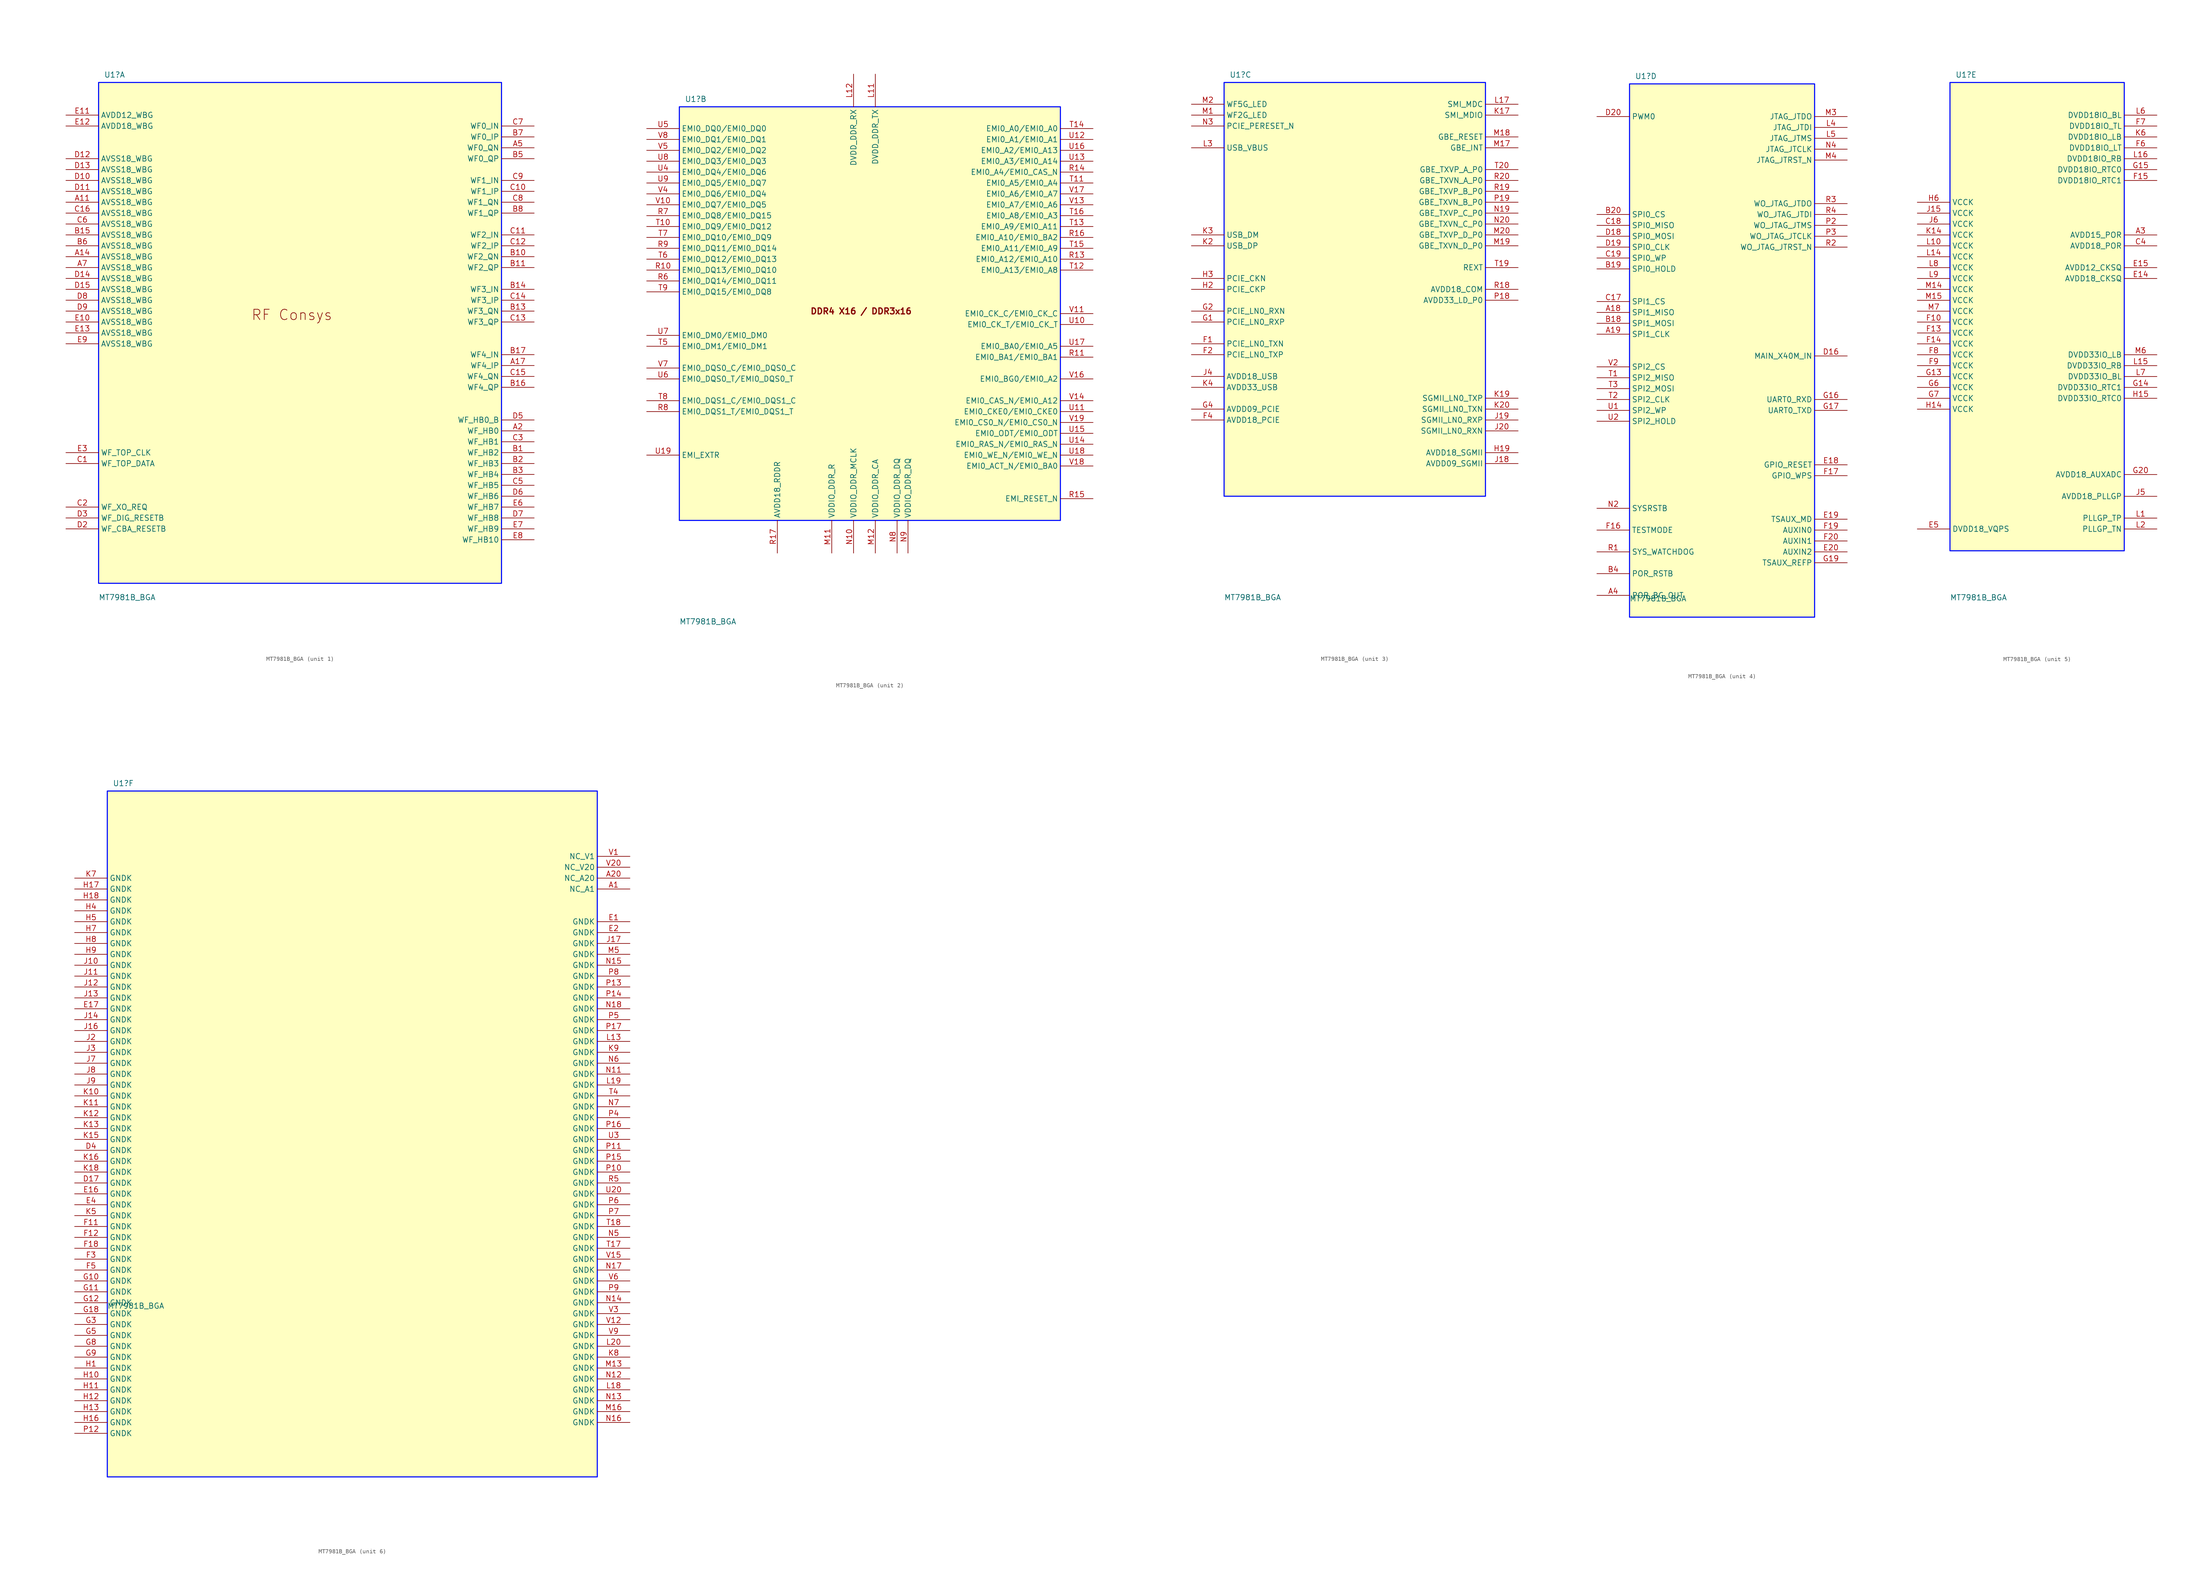
<source format=kicad_sym>
(kicad_symbol_lib
  (version 20241209)
  (generator "kicad_symbol_editor")
  (generator_version "9.0")
  (symbol "MT7981B_BGA"
    (property "Reference" "U1"
      (at 1.27 2.54 0)
      (effects (font (size 1.27 1.27)) (justify left top)))
    (property "Value" "MT7981B_BGA"
      (at 0 -119.38 0)
      (effects (font (size 1.27 1.27)) (justify left top)))
    (symbol "MT7981B_BGA_1_0"
      (rectangle (start 93.98 0) (end 0 -116.84) (stroke (width 0.254) (type solid) (color 0 11 255 1)) (fill (type background)))
      (text "RF Consys" (at 35.56 -55.626 0) (effects (font (size 2.413 2.413)) (justify left bottom)))
      (pin power_in line (at -7.62 -7.62 0) (length 7.62) (name "AVDD12_WBG" (effects (font (size 1.27 1.27)))) (number "E11" (effects (font (size 1.27 1.27)))))
      (pin power_in line (at -7.62 -10.16 0) (length 7.62) (name "AVDD18_WBG" (effects (font (size 1.27 1.27)))) (number "E12" (effects (font (size 1.27 1.27)))))
      (pin power_in line (at -7.62 -17.78 0) (length 7.62) (name "AVSS18_WBG" (effects (font (size 1.27 1.27)))) (number "D12" (effects (font (size 1.27 1.27)))))
      (pin power_in line (at -7.62 -20.32 0) (length 7.62) (name "AVSS18_WBG" (effects (font (size 1.27 1.27)))) (number "D13" (effects (font (size 1.27 1.27)))))
      (pin power_in line (at -7.62 -22.86 0) (length 7.62) (name "AVSS18_WBG" (effects (font (size 1.27 1.27)))) (number "D10" (effects (font (size 1.27 1.27)))))
      (pin power_in line (at -7.62 -25.4 0) (length 7.62) (name "AVSS18_WBG" (effects (font (size 1.27 1.27)))) (number "D11" (effects (font (size 1.27 1.27)))))
      (pin power_in line (at -7.62 -27.94 0) (length 7.62) (name "AVSS18_WBG" (effects (font (size 1.27 1.27)))) (number "A11" (effects (font (size 1.27 1.27)))))
      (pin power_in line (at -7.62 -30.48 0) (length 7.62) (name "AVSS18_WBG" (effects (font (size 1.27 1.27)))) (number "C16" (effects (font (size 1.27 1.27)))))
      (pin power_in line (at -7.62 -33.02 0) (length 7.62) (name "AVSS18_WBG" (effects (font (size 1.27 1.27)))) (number "C6" (effects (font (size 1.27 1.27)))))
      (pin power_in line (at -7.62 -35.56 0) (length 7.62) (name "AVSS18_WBG" (effects (font (size 1.27 1.27)))) (number "B15" (effects (font (size 1.27 1.27)))))
      (pin power_in line (at -7.62 -38.1 0) (length 7.62) (name "AVSS18_WBG" (effects (font (size 1.27 1.27)))) (number "B6" (effects (font (size 1.27 1.27)))))
      (pin power_in line (at -7.62 -40.64 0) (length 7.62) (name "AVSS18_WBG" (effects (font (size 1.27 1.27)))) (number "A14" (effects (font (size 1.27 1.27)))))
      (pin power_in line (at -7.62 -43.18 0) (length 7.62) (name "AVSS18_WBG" (effects (font (size 1.27 1.27)))) (number "A7" (effects (font (size 1.27 1.27)))))
      (pin power_in line (at -7.62 -45.72 0) (length 7.62) (name "AVSS18_WBG" (effects (font (size 1.27 1.27)))) (number "D14" (effects (font (size 1.27 1.27)))))
      (pin power_in line (at -7.62 -48.26 0) (length 7.62) (name "AVSS18_WBG" (effects (font (size 1.27 1.27)))) (number "D15" (effects (font (size 1.27 1.27)))))
      (pin power_in line (at -7.62 -50.8 0) (length 7.62) (name "AVSS18_WBG" (effects (font (size 1.27 1.27)))) (number "D8" (effects (font (size 1.27 1.27)))))
      (pin power_in line (at -7.62 -53.34 0) (length 7.62) (name "AVSS18_WBG" (effects (font (size 1.27 1.27)))) (number "D9" (effects (font (size 1.27 1.27)))))
      (pin power_in line (at -7.62 -55.88 0) (length 7.62) (name "AVSS18_WBG" (effects (font (size 1.27 1.27)))) (number "E10" (effects (font (size 1.27 1.27)))))
      (pin power_in line (at -7.62 -58.42 0) (length 7.62) (name "AVSS18_WBG" (effects (font (size 1.27 1.27)))) (number "E13" (effects (font (size 1.27 1.27)))))
      (pin power_in line (at -7.62 -60.96 0) (length 7.62) (name "AVSS18_WBG" (effects (font (size 1.27 1.27)))) (number "E9" (effects (font (size 1.27 1.27)))))
      (pin passive line (at -7.62 -86.36 0) (length 7.62) (name "WF_TOP_CLK" (effects (font (size 1.27 1.27)))) (number "E3" (effects (font (size 1.27 1.27)))))
      (pin passive line (at -7.62 -88.9 0) (length 7.62) (name "WF_TOP_DATA" (effects (font (size 1.27 1.27)))) (number "C1" (effects (font (size 1.27 1.27)))))
      (pin passive line (at -7.62 -99.06 0) (length 7.62) (name "WF_XO_REQ" (effects (font (size 1.27 1.27)))) (number "C2" (effects (font (size 1.27 1.27)))))
      (pin passive line (at -7.62 -101.6 0) (length 7.62) (name "WF_DIG_RESETB" (effects (font (size 1.27 1.27)))) (number "D3" (effects (font (size 1.27 1.27)))))
      (pin passive line (at -7.62 -104.14 0) (length 7.62) (name "WF_CBA_RESETB" (effects (font (size 1.27 1.27)))) (number "D2" (effects (font (size 1.27 1.27)))))
      (pin passive line (at 101.6 -10.16 180) (length 7.62) (name "WF0_IN" (effects (font (size 1.27 1.27)))) (number "C7" (effects (font (size 1.27 1.27)))))
      (pin passive line (at 101.6 -12.7 180) (length 7.62) (name "WF0_IP" (effects (font (size 1.27 1.27)))) (number "B7" (effects (font (size 1.27 1.27)))))
      (pin passive line (at 101.6 -15.24 180) (length 7.62) (name "WF0_QN" (effects (font (size 1.27 1.27)))) (number "A5" (effects (font (size 1.27 1.27)))))
      (pin passive line (at 101.6 -17.78 180) (length 7.62) (name "WF0_QP" (effects (font (size 1.27 1.27)))) (number "B5" (effects (font (size 1.27 1.27)))))
      (pin passive line (at 101.6 -22.86 180) (length 7.62) (name "WF1_IN" (effects (font (size 1.27 1.27)))) (number "C9" (effects (font (size 1.27 1.27)))))
      (pin passive line (at 101.6 -25.4 180) (length 7.62) (name "WF1_IP" (effects (font (size 1.27 1.27)))) (number "C10" (effects (font (size 1.27 1.27)))))
      (pin passive line (at 101.6 -27.94 180) (length 7.62) (name "WF1_QN" (effects (font (size 1.27 1.27)))) (number "C8" (effects (font (size 1.27 1.27)))))
      (pin passive line (at 101.6 -30.48 180) (length 7.62) (name "WF1_QP" (effects (font (size 1.27 1.27)))) (number "B8" (effects (font (size 1.27 1.27)))))
      (pin passive line (at 101.6 -35.56 180) (length 7.62) (name "WF2_IN" (effects (font (size 1.27 1.27)))) (number "C11" (effects (font (size 1.27 1.27)))))
      (pin passive line (at 101.6 -38.1 180) (length 7.62) (name "WF2_IP" (effects (font (size 1.27 1.27)))) (number "C12" (effects (font (size 1.27 1.27)))))
      (pin passive line (at 101.6 -40.64 180) (length 7.62) (name "WF2_QN" (effects (font (size 1.27 1.27)))) (number "B10" (effects (font (size 1.27 1.27)))))
      (pin passive line (at 101.6 -43.18 180) (length 7.62) (name "WF2_QP" (effects (font (size 1.27 1.27)))) (number "B11" (effects (font (size 1.27 1.27)))))
      (pin passive line (at 101.6 -48.26 180) (length 7.62) (name "WF3_IN" (effects (font (size 1.27 1.27)))) (number "B14" (effects (font (size 1.27 1.27)))))
      (pin passive line (at 101.6 -50.8 180) (length 7.62) (name "WF3_IP" (effects (font (size 1.27 1.27)))) (number "C14" (effects (font (size 1.27 1.27)))))
      (pin passive line (at 101.6 -53.34 180) (length 7.62) (name "WF3_QN" (effects (font (size 1.27 1.27)))) (number "B13" (effects (font (size 1.27 1.27)))))
      (pin passive line (at 101.6 -55.88 180) (length 7.62) (name "WF3_QP" (effects (font (size 1.27 1.27)))) (number "C13" (effects (font (size 1.27 1.27)))))
      (pin passive line (at 101.6 -63.5 180) (length 7.62) (name "WF4_IN" (effects (font (size 1.27 1.27)))) (number "B17" (effects (font (size 1.27 1.27)))))
      (pin passive line (at 101.6 -66.04 180) (length 7.62) (name "WF4_IP" (effects (font (size 1.27 1.27)))) (number "A17" (effects (font (size 1.27 1.27)))))
      (pin passive line (at 101.6 -68.58 180) (length 7.62) (name "WF4_QN" (effects (font (size 1.27 1.27)))) (number "C15" (effects (font (size 1.27 1.27)))))
      (pin passive line (at 101.6 -71.12 180) (length 7.62) (name "WF4_QP" (effects (font (size 1.27 1.27)))) (number "B16" (effects (font (size 1.27 1.27)))))
      (pin passive line (at 101.6 -78.74 180) (length 7.62) (name "WF_HB0_B" (effects (font (size 1.27 1.27)))) (number "D5" (effects (font (size 1.27 1.27)))))
      (pin passive line (at 101.6 -81.28 180) (length 7.62) (name "WF_HB0" (effects (font (size 1.27 1.27)))) (number "A2" (effects (font (size 1.27 1.27)))))
      (pin passive line (at 101.6 -83.82 180) (length 7.62) (name "WF_HB1" (effects (font (size 1.27 1.27)))) (number "C3" (effects (font (size 1.27 1.27)))))
      (pin power_in line (at 101.6 -86.36 180) (length 7.62) (name "WF_HB2" (effects (font (size 1.27 1.27)))) (number "B1" (effects (font (size 1.27 1.27)))))
      (pin power_in line (at 101.6 -88.9 180) (length 7.62) (name "WF_HB3" (effects (font (size 1.27 1.27)))) (number "B2" (effects (font (size 1.27 1.27)))))
      (pin passive line (at 101.6 -91.44 180) (length 7.62) (name "WF_HB4" (effects (font (size 1.27 1.27)))) (number "B3" (effects (font (size 1.27 1.27)))))
      (pin passive line (at 101.6 -93.98 180) (length 7.62) (name "WF_HB5" (effects (font (size 1.27 1.27)))) (number "C5" (effects (font (size 1.27 1.27)))))
      (pin passive line (at 101.6 -96.52 180) (length 7.62) (name "WF_HB6" (effects (font (size 1.27 1.27)))) (number "D6" (effects (font (size 1.27 1.27)))))
      (pin passive line (at 101.6 -99.06 180) (length 7.62) (name "WF_HB7" (effects (font (size 1.27 1.27)))) (number "E6" (effects (font (size 1.27 1.27)))))
      (pin passive line (at 101.6 -101.6 180) (length 7.62) (name "WF_HB8" (effects (font (size 1.27 1.27)))) (number "D7" (effects (font (size 1.27 1.27)))))
      (pin passive line (at 101.6 -104.14 180) (length 7.62) (name "WF_HB9" (effects (font (size 1.27 1.27)))) (number "E7" (effects (font (size 1.27 1.27)))))
      (pin passive line (at 101.6 -106.68 180) (length 7.62) (name "WF_HB10" (effects (font (size 1.27 1.27)))) (number "E8" (effects (font (size 1.27 1.27))))))
    (symbol "MT7981B_BGA_2_0"
      (rectangle (start 88.9 0) (end 0 -96.52) (stroke (width 0.254) (type solid) (color 0 11 255 1)) (fill (type background)))
      (text "DDR4 X16 / DDR3x16" (at 30.48 -48.514 0) (effects (font (size 1.397 1.397) (bold yes)) (justify left bottom)))
      (pin passive line (at -7.62 -5.08 0) (length 7.62) (name "EMI0_DQ0/EMI0_DQ0" (effects (font (size 1.27 1.27)))) (number "U5" (effects (font (size 1.27 1.27)))))
      (pin passive line (at -7.62 -7.62 0) (length 7.62) (name "EMI0_DQ1/EMI0_DQ1" (effects (font (size 1.27 1.27)))) (number "V8" (effects (font (size 1.27 1.27)))))
      (pin passive line (at -7.62 -10.16 0) (length 7.62) (name "EMI0_DQ2/EMI0_DQ2" (effects (font (size 1.27 1.27)))) (number "V5" (effects (font (size 1.27 1.27)))))
      (pin passive line (at -7.62 -12.7 0) (length 7.62) (name "EMI0_DQ3/EMI0_DQ3" (effects (font (size 1.27 1.27)))) (number "U8" (effects (font (size 1.27 1.27)))))
      (pin passive line (at -7.62 -15.24 0) (length 7.62) (name "EMI0_DQ4/EMI0_DQ6" (effects (font (size 1.27 1.27)))) (number "U4" (effects (font (size 1.27 1.27)))))
      (pin passive line (at -7.62 -17.78 0) (length 7.62) (name "EMI0_DQ5/EMI0_DQ7" (effects (font (size 1.27 1.27)))) (number "U9" (effects (font (size 1.27 1.27)))))
      (pin passive line (at -7.62 -20.32 0) (length 7.62) (name "EMI0_DQ6/EMI0_DQ4" (effects (font (size 1.27 1.27)))) (number "V4" (effects (font (size 1.27 1.27)))))
      (pin passive line (at -7.62 -22.86 0) (length 7.62) (name "EMI0_DQ7/EMI0_DQ5" (effects (font (size 1.27 1.27)))) (number "V10" (effects (font (size 1.27 1.27)))))
      (pin passive line (at -7.62 -25.4 0) (length 7.62) (name "EMI0_DQ8/EMI0_DQ15" (effects (font (size 1.27 1.27)))) (number "R7" (effects (font (size 1.27 1.27)))))
      (pin passive line (at -7.62 -27.94 0) (length 7.62) (name "EMI0_DQ9/EMI0_DQ12" (effects (font (size 1.27 1.27)))) (number "T10" (effects (font (size 1.27 1.27)))))
      (pin passive line (at -7.62 -30.48 0) (length 7.62) (name "EMI0_DQ10/EMI0_DQ9" (effects (font (size 1.27 1.27)))) (number "T7" (effects (font (size 1.27 1.27)))))
      (pin passive line (at -7.62 -33.02 0) (length 7.62) (name "EMI0_DQ11/EMI0_DQ14" (effects (font (size 1.27 1.27)))) (number "R9" (effects (font (size 1.27 1.27)))))
      (pin passive line (at -7.62 -35.56 0) (length 7.62) (name "EMI0_DQ12/EMI0_DQ13" (effects (font (size 1.27 1.27)))) (number "T6" (effects (font (size 1.27 1.27)))))
      (pin passive line (at -7.62 -38.1 0) (length 7.62) (name "EMI0_DQ13/EMI0_DQ10" (effects (font (size 1.27 1.27)))) (number "R10" (effects (font (size 1.27 1.27)))))
      (pin passive line (at -7.62 -40.64 0) (length 7.62) (name "EMI0_DQ14/EMI0_DQ11" (effects (font (size 1.27 1.27)))) (number "R6" (effects (font (size 1.27 1.27)))))
      (pin passive line (at -7.62 -43.18 0) (length 7.62) (name "EMI0_DQ15/EMI0_DQ8" (effects (font (size 1.27 1.27)))) (number "T9" (effects (font (size 1.27 1.27)))))
      (pin passive line (at -7.62 -53.34 0) (length 7.62) (name "EMI0_DM0/EMI0_DM0" (effects (font (size 1.27 1.27)))) (number "U7" (effects (font (size 1.27 1.27)))))
      (pin passive line (at -7.62 -55.88 0) (length 7.62) (name "EMI0_DM1/EMI0_DM1" (effects (font (size 1.27 1.27)))) (number "T5" (effects (font (size 1.27 1.27)))))
      (pin passive line (at -7.62 -60.96 0) (length 7.62) (name "EMI0_DQS0_C/EMI0_DQS0_C" (effects (font (size 1.27 1.27)))) (number "V7" (effects (font (size 1.27 1.27)))))
      (pin passive line (at -7.62 -63.5 0) (length 7.62) (name "EMI0_DQS0_T/EMI0_DQS0_T" (effects (font (size 1.27 1.27)))) (number "U6" (effects (font (size 1.27 1.27)))))
      (pin passive line (at -7.62 -68.58 0) (length 7.62) (name "EMI0_DQS1_C/EMI0_DQS1_C" (effects (font (size 1.27 1.27)))) (number "T8" (effects (font (size 1.27 1.27)))))
      (pin passive line (at -7.62 -71.12 0) (length 7.62) (name "EMI0_DQS1_T/EMI0_DQS1_T" (effects (font (size 1.27 1.27)))) (number "R8" (effects (font (size 1.27 1.27)))))
      (pin passive line (at -7.62 -81.28 0) (length 7.62) (name "EMI_EXTR" (effects (font (size 1.27 1.27)))) (number "U19" (effects (font (size 1.27 1.27)))))
      (pin power_in line (at 22.86 -104.14 90) (length 7.62) (name "AVDD18_RDDR" (effects (font (size 1.27 1.27)))) (number "R17" (effects (font (size 1.27 1.27)))))
      (pin power_in line (at 35.56 -104.14 90) (length 7.62) (name "VDDIO_DDR_R" (effects (font (size 1.27 1.27)))) (number "M11" (effects (font (size 1.27 1.27)))))
      (pin power_in line (at 40.64 7.62 270) (length 7.62) (name "DVDD_DDR_RX" (effects (font (size 1.27 1.27)))) (number "L12" (effects (font (size 1.27 1.27)))))
      (pin power_in line (at 40.64 -104.14 90) (length 7.62) (name "VDDIO_DDR_MCLK" (effects (font (size 1.27 1.27)))) (number "N10" (effects (font (size 1.27 1.27)))))
      (pin power_in line (at 45.72 7.62 270) (length 7.62) (name "DVDD_DDR_TX" (effects (font (size 1.27 1.27)))) (number "L11" (effects (font (size 1.27 1.27)))))
      (pin power_in line (at 45.72 -104.14 90) (length 7.62) (name "VDDIO_DDR_CA" (effects (font (size 1.27 1.27)))) (number "M12" (effects (font (size 1.27 1.27)))))
      (pin power_in line (at 50.8 -104.14 90) (length 7.62) (name "VDDIO_DDR_DQ" (effects (font (size 1.27 1.27)))) (number "N8" (effects (font (size 1.27 1.27)))))
      (pin power_in line (at 53.34 -104.14 90) (length 7.62) (name "VDDIO_DDR_DQ" (effects (font (size 1.27 1.27)))) (number "N9" (effects (font (size 1.27 1.27)))))
      (pin power_in line (at 96.52 -5.08 180) (length 7.62) (name "EMI0_A0/EMI0_A0" (effects (font (size 1.27 1.27)))) (number "T14" (effects (font (size 1.27 1.27)))))
      (pin power_in line (at 96.52 -7.62 180) (length 7.62) (name "EMI0_A1/EMI0_A1" (effects (font (size 1.27 1.27)))) (number "U12" (effects (font (size 1.27 1.27)))))
      (pin passive line (at 96.52 -10.16 180) (length 7.62) (name "EMI0_A2/EMI0_A13" (effects (font (size 1.27 1.27)))) (number "U16" (effects (font (size 1.27 1.27)))))
      (pin passive line (at 96.52 -12.7 180) (length 7.62) (name "EMI0_A3/EMI0_A14" (effects (font (size 1.27 1.27)))) (number "U13" (effects (font (size 1.27 1.27)))))
      (pin passive line (at 96.52 -15.24 180) (length 7.62) (name "EMI0_A4/EMI0_CAS_N" (effects (font (size 1.27 1.27)))) (number "R14" (effects (font (size 1.27 1.27)))))
      (pin passive line (at 96.52 -17.78 180) (length 7.62) (name "EMI0_A5/EMI0_A4" (effects (font (size 1.27 1.27)))) (number "T11" (effects (font (size 1.27 1.27)))))
      (pin passive line (at 96.52 -20.32 180) (length 7.62) (name "EMI0_A6/EMI0_A7" (effects (font (size 1.27 1.27)))) (number "V17" (effects (font (size 1.27 1.27)))))
      (pin passive line (at 96.52 -22.86 180) (length 7.62) (name "EMI0_A7/EMI0_A6" (effects (font (size 1.27 1.27)))) (number "V13" (effects (font (size 1.27 1.27)))))
      (pin passive line (at 96.52 -25.4 180) (length 7.62) (name "EMI0_A8/EMI0_A3" (effects (font (size 1.27 1.27)))) (number "T16" (effects (font (size 1.27 1.27)))))
      (pin power_in line (at 96.52 -27.94 180) (length 7.62) (name "EMI0_A9/EMI0_A11" (effects (font (size 1.27 1.27)))) (number "T13" (effects (font (size 1.27 1.27)))))
      (pin passive line (at 96.52 -30.48 180) (length 7.62) (name "EMI0_A10/EMI0_BA2" (effects (font (size 1.27 1.27)))) (number "R16" (effects (font (size 1.27 1.27)))))
      (pin passive line (at 96.52 -33.02 180) (length 7.62) (name "EMI0_A11/EMI0_A9" (effects (font (size 1.27 1.27)))) (number "T15" (effects (font (size 1.27 1.27)))))
      (pin power_in line (at 96.52 -35.56 180) (length 7.62) (name "EMI0_A12/EMI0_A10" (effects (font (size 1.27 1.27)))) (number "R13" (effects (font (size 1.27 1.27)))))
      (pin passive line (at 96.52 -38.1 180) (length 7.62) (name "EMI0_A13/EMI0_A8" (effects (font (size 1.27 1.27)))) (number "T12" (effects (font (size 1.27 1.27)))))
      (pin passive line (at 96.52 -48.26 180) (length 7.62) (name "EMI0_CK_C/EMI0_CK_C" (effects (font (size 1.27 1.27)))) (number "V11" (effects (font (size 1.27 1.27)))))
      (pin passive line (at 96.52 -50.8 180) (length 7.62) (name "EMI0_CK_T/EMI0_CK_T" (effects (font (size 1.27 1.27)))) (number "U10" (effects (font (size 1.27 1.27)))))
      (pin passive line (at 96.52 -55.88 180) (length 7.62) (name "EMI0_BA0/EMI0_A5" (effects (font (size 1.27 1.27)))) (number "U17" (effects (font (size 1.27 1.27)))))
      (pin passive line (at 96.52 -58.42 180) (length 7.62) (name "EMI0_BA1/EMI0_BA1" (effects (font (size 1.27 1.27)))) (number "R11" (effects (font (size 1.27 1.27)))))
      (pin passive line (at 96.52 -63.5 180) (length 7.62) (name "EMI0_BG0/EMI0_A2" (effects (font (size 1.27 1.27)))) (number "V16" (effects (font (size 1.27 1.27)))))
      (pin passive line (at 96.52 -68.58 180) (length 7.62) (name "EMI0_CAS_N/EMI0_A12" (effects (font (size 1.27 1.27)))) (number "V14" (effects (font (size 1.27 1.27)))))
      (pin passive line (at 96.52 -71.12 180) (length 7.62) (name "EMI0_CKE0/EMI0_CKE0" (effects (font (size 1.27 1.27)))) (number "U11" (effects (font (size 1.27 1.27)))))
      (pin passive line (at 96.52 -73.66 180) (length 7.62) (name "EMI0_CS0_N/EMI0_CS0_N" (effects (font (size 1.27 1.27)))) (number "V19" (effects (font (size 1.27 1.27)))))
      (pin passive line (at 96.52 -76.2 180) (length 7.62) (name "EMI0_ODT/EMI0_ODT" (effects (font (size 1.27 1.27)))) (number "U15" (effects (font (size 1.27 1.27)))))
      (pin passive line (at 96.52 -78.74 180) (length 7.62) (name "EMI0_RAS_N/EMI0_RAS_N" (effects (font (size 1.27 1.27)))) (number "U14" (effects (font (size 1.27 1.27)))))
      (pin passive line (at 96.52 -81.28 180) (length 7.62) (name "EMI0_WE_N/EMI0_WE_N" (effects (font (size 1.27 1.27)))) (number "U18" (effects (font (size 1.27 1.27)))))
      (pin passive line (at 96.52 -83.82 180) (length 7.62) (name "EMI0_ACT_N/EMI0_BA0" (effects (font (size 1.27 1.27)))) (number "V18" (effects (font (size 1.27 1.27)))))
      (pin power_in line (at 96.52 -91.44 180) (length 7.62) (name "EMI_RESET_N" (effects (font (size 1.27 1.27)))) (number "R15" (effects (font (size 1.27 1.27))))))
    (symbol "MT7981B_BGA_3_0"
      (rectangle (start 60.96 0) (end 0 -96.52) (stroke (width 0.254) (type solid) (color 0 11 255 1)) (fill (type background)))
      (pin passive line (at -7.62 -5.08 0) (length 7.62) (name "WF5G_LED" (effects (font (size 1.27 1.27)))) (number "M2" (effects (font (size 1.27 1.27)))))
      (pin passive line (at -7.62 -7.62 0) (length 7.62) (name "WF2G_LED" (effects (font (size 1.27 1.27)))) (number "M1" (effects (font (size 1.27 1.27)))))
      (pin passive line (at -7.62 -10.16 0) (length 7.62) (name "PCIE_PERESET_N" (effects (font (size 1.27 1.27)))) (number "N3" (effects (font (size 1.27 1.27)))))
      (pin passive line (at -7.62 -15.24 0) (length 7.62) (name "USB_VBUS" (effects (font (size 1.27 1.27)))) (number "L3" (effects (font (size 1.27 1.27)))))
      (pin passive line (at -7.62 -35.56 0) (length 7.62) (name "USB_DM" (effects (font (size 1.27 1.27)))) (number "K3" (effects (font (size 1.27 1.27)))))
      (pin passive line (at -7.62 -38.1 0) (length 7.62) (name "USB_DP" (effects (font (size 1.27 1.27)))) (number "K2" (effects (font (size 1.27 1.27)))))
      (pin passive line (at -7.62 -45.72 0) (length 7.62) (name "PCIE_CKN" (effects (font (size 1.27 1.27)))) (number "H3" (effects (font (size 1.27 1.27)))))
      (pin passive line (at -7.62 -48.26 0) (length 7.62) (name "PCIE_CKP" (effects (font (size 1.27 1.27)))) (number "H2" (effects (font (size 1.27 1.27)))))
      (pin passive line (at -7.62 -53.34 0) (length 7.62) (name "PCIE_LN0_RXN" (effects (font (size 1.27 1.27)))) (number "G2" (effects (font (size 1.27 1.27)))))
      (pin passive line (at -7.62 -55.88 0) (length 7.62) (name "PCIE_LN0_RXP" (effects (font (size 1.27 1.27)))) (number "G1" (effects (font (size 1.27 1.27)))))
      (pin passive line (at -7.62 -60.96 0) (length 7.62) (name "PCIE_LN0_TXN" (effects (font (size 1.27 1.27)))) (number "F1" (effects (font (size 1.27 1.27)))))
      (pin passive line (at -7.62 -63.5 0) (length 7.62) (name "PCIE_LN0_TXP" (effects (font (size 1.27 1.27)))) (number "F2" (effects (font (size 1.27 1.27)))))
      (pin passive line (at -7.62 -68.58 0) (length 7.62) (name "AVDD18_USB" (effects (font (size 1.27 1.27)))) (number "J4" (effects (font (size 1.27 1.27)))))
      (pin passive line (at -7.62 -71.12 0) (length 7.62) (name "AVDD33_USB" (effects (font (size 1.27 1.27)))) (number "K4" (effects (font (size 1.27 1.27)))))
      (pin passive line (at -7.62 -76.2 0) (length 7.62) (name "AVDD09_PCIE" (effects (font (size 1.27 1.27)))) (number "G4" (effects (font (size 1.27 1.27)))))
      (pin passive line (at -7.62 -78.74 0) (length 7.62) (name "AVDD18_PCIE" (effects (font (size 1.27 1.27)))) (number "F4" (effects (font (size 1.27 1.27)))))
      (pin passive line (at 68.58 -5.08 180) (length 7.62) (name "SMI_MDC" (effects (font (size 1.27 1.27)))) (number "L17" (effects (font (size 1.27 1.27)))))
      (pin passive line (at 68.58 -7.62 180) (length 7.62) (name "SMI_MDIO" (effects (font (size 1.27 1.27)))) (number "K17" (effects (font (size 1.27 1.27)))))
      (pin passive line (at 68.58 -12.7 180) (length 7.62) (name "GBE_RESET" (effects (font (size 1.27 1.27)))) (number "M18" (effects (font (size 1.27 1.27)))))
      (pin passive line (at 68.58 -15.24 180) (length 7.62) (name "GBE_INT" (effects (font (size 1.27 1.27)))) (number "M17" (effects (font (size 1.27 1.27)))))
      (pin passive line (at 68.58 -20.32 180) (length 7.62) (name "GBE_TXVP_A_P0" (effects (font (size 1.27 1.27)))) (number "T20" (effects (font (size 1.27 1.27)))))
      (pin passive line (at 68.58 -22.86 180) (length 7.62) (name "GBE_TXVN_A_P0" (effects (font (size 1.27 1.27)))) (number "R20" (effects (font (size 1.27 1.27)))))
      (pin passive line (at 68.58 -25.4 180) (length 7.62) (name "GBE_TXVP_B_P0" (effects (font (size 1.27 1.27)))) (number "R19" (effects (font (size 1.27 1.27)))))
      (pin passive line (at 68.58 -27.94 180) (length 7.62) (name "GBE_TXVN_B_P0" (effects (font (size 1.27 1.27)))) (number "P19" (effects (font (size 1.27 1.27)))))
      (pin passive line (at 68.58 -30.48 180) (length 7.62) (name "GBE_TXVP_C_P0" (effects (font (size 1.27 1.27)))) (number "N19" (effects (font (size 1.27 1.27)))))
      (pin passive line (at 68.58 -33.02 180) (length 7.62) (name "GBE_TXVN_C_P0" (effects (font (size 1.27 1.27)))) (number "N20" (effects (font (size 1.27 1.27)))))
      (pin passive line (at 68.58 -35.56 180) (length 7.62) (name "GBE_TXVP_D_P0" (effects (font (size 1.27 1.27)))) (number "M20" (effects (font (size 1.27 1.27)))))
      (pin passive line (at 68.58 -38.1 180) (length 7.62) (name "GBE_TXVN_D_P0" (effects (font (size 1.27 1.27)))) (number "M19" (effects (font (size 1.27 1.27)))))
      (pin passive line (at 68.58 -43.18 180) (length 7.62) (name "REXT" (effects (font (size 1.27 1.27)))) (number "T19" (effects (font (size 1.27 1.27)))))
      (pin passive line (at 68.58 -48.26 180) (length 7.62) (name "AVDD18_COM" (effects (font (size 1.27 1.27)))) (number "R18" (effects (font (size 1.27 1.27)))))
      (pin passive line (at 68.58 -50.8 180) (length 7.62) (name "AVDD33_LD_P0" (effects (font (size 1.27 1.27)))) (number "P18" (effects (font (size 1.27 1.27)))))
      (pin passive line (at 68.58 -73.66 180) (length 7.62) (name "SGMII_LN0_TXP" (effects (font (size 1.27 1.27)))) (number "K19" (effects (font (size 1.27 1.27)))))
      (pin passive line (at 68.58 -76.2 180) (length 7.62) (name "SGMII_LN0_TXN" (effects (font (size 1.27 1.27)))) (number "K20" (effects (font (size 1.27 1.27)))))
      (pin passive line (at 68.58 -78.74 180) (length 7.62) (name "SGMII_LN0_RXP" (effects (font (size 1.27 1.27)))) (number "J19" (effects (font (size 1.27 1.27)))))
      (pin passive line (at 68.58 -81.28 180) (length 7.62) (name "SGMII_LN0_RXN" (effects (font (size 1.27 1.27)))) (number "J20" (effects (font (size 1.27 1.27)))))
      (pin passive line (at 68.58 -86.36 180) (length 7.62) (name "AVDD18_SGMII" (effects (font (size 1.27 1.27)))) (number "H19" (effects (font (size 1.27 1.27)))))
      (pin passive line (at 68.58 -88.9 180) (length 7.62) (name "AVDD09_SGMII" (effects (font (size 1.27 1.27)))) (number "J18" (effects (font (size 1.27 1.27))))))
    (symbol "MT7981B_BGA_4_0"
      (rectangle (start 43.18 0) (end 0 -124.46) (stroke (width 0.254) (type solid) (color 0 11 255 1)) (fill (type background)))
      (pin passive line (at -7.62 -7.62 0) (length 7.62) (name "PWM0" (effects (font (size 1.27 1.27)))) (number "D20" (effects (font (size 1.27 1.27)))))
      (pin passive line (at -7.62 -30.48 0) (length 7.62) (name "SPI0_CS" (effects (font (size 1.27 1.27)))) (number "B20" (effects (font (size 1.27 1.27)))))
      (pin passive line (at -7.62 -33.02 0) (length 7.62) (name "SPI0_MISO" (effects (font (size 1.27 1.27)))) (number "C18" (effects (font (size 1.27 1.27)))))
      (pin passive line (at -7.62 -35.56 0) (length 7.62) (name "SPI0_MOSI" (effects (font (size 1.27 1.27)))) (number "D18" (effects (font (size 1.27 1.27)))))
      (pin passive line (at -7.62 -38.1 0) (length 7.62) (name "SPI0_CLK" (effects (font (size 1.27 1.27)))) (number "D19" (effects (font (size 1.27 1.27)))))
      (pin passive line (at -7.62 -40.64 0) (length 7.62) (name "SPI0_WP" (effects (font (size 1.27 1.27)))) (number "C19" (effects (font (size 1.27 1.27)))))
      (pin passive line (at -7.62 -43.18 0) (length 7.62) (name "SPI0_HOLD" (effects (font (size 1.27 1.27)))) (number "B19" (effects (font (size 1.27 1.27)))))
      (pin passive line (at -7.62 -50.8 0) (length 7.62) (name "SPI1_CS" (effects (font (size 1.27 1.27)))) (number "C17" (effects (font (size 1.27 1.27)))))
      (pin passive line (at -7.62 -53.34 0) (length 7.62) (name "SPI1_MISO" (effects (font (size 1.27 1.27)))) (number "A18" (effects (font (size 1.27 1.27)))))
      (pin passive line (at -7.62 -55.88 0) (length 7.62) (name "SPI1_MOSI" (effects (font (size 1.27 1.27)))) (number "B18" (effects (font (size 1.27 1.27)))))
      (pin passive line (at -7.62 -58.42 0) (length 7.62) (name "SPI1_CLK" (effects (font (size 1.27 1.27)))) (number "A19" (effects (font (size 1.27 1.27)))))
      (pin passive line (at -7.62 -66.04 0) (length 7.62) (name "SPI2_CS" (effects (font (size 1.27 1.27)))) (number "V2" (effects (font (size 1.27 1.27)))))
      (pin passive line (at -7.62 -68.58 0) (length 7.62) (name "SPI2_MISO" (effects (font (size 1.27 1.27)))) (number "T1" (effects (font (size 1.27 1.27)))))
      (pin passive line (at -7.62 -71.12 0) (length 7.62) (name "SPI2_MOSI" (effects (font (size 1.27 1.27)))) (number "T3" (effects (font (size 1.27 1.27)))))
      (pin passive line (at -7.62 -73.66 0) (length 7.62) (name "SPI2_CLK" (effects (font (size 1.27 1.27)))) (number "T2" (effects (font (size 1.27 1.27)))))
      (pin passive line (at -7.62 -76.2 0) (length 7.62) (name "SPI2_WP" (effects (font (size 1.27 1.27)))) (number "U1" (effects (font (size 1.27 1.27)))))
      (pin passive line (at -7.62 -78.74 0) (length 7.62) (name "SPI2_HOLD" (effects (font (size 1.27 1.27)))) (number "U2" (effects (font (size 1.27 1.27)))))
      (pin passive line (at -7.62 -99.06 0) (length 7.62) (name "SYSRSTB" (effects (font (size 1.27 1.27)))) (number "N2" (effects (font (size 1.27 1.27)))))
      (pin passive line (at -7.62 -104.14 0) (length 7.62) (name "TESTMODE" (effects (font (size 1.27 1.27)))) (number "F16" (effects (font (size 1.27 1.27)))))
      (pin passive line (at -7.62 -109.22 0) (length 7.62) (name "SYS_WATCHDOG" (effects (font (size 1.27 1.27)))) (number "R1" (effects (font (size 1.27 1.27)))))
      (pin passive line (at -7.62 -114.3 0) (length 7.62) (name "POR_RSTB" (effects (font (size 1.27 1.27)))) (number "B4" (effects (font (size 1.27 1.27)))))
      (pin passive line (at -7.62 -119.38 0) (length 7.62) (name "POR_BG_OUT" (effects (font (size 1.27 1.27)))) (number "A4" (effects (font (size 1.27 1.27)))))
      (pin passive line (at 50.8 -7.62 180) (length 7.62) (name "JTAG_JTDO" (effects (font (size 1.27 1.27)))) (number "M3" (effects (font (size 1.27 1.27)))))
      (pin passive line (at 50.8 -10.16 180) (length 7.62) (name "JTAG_JTDI" (effects (font (size 1.27 1.27)))) (number "L4" (effects (font (size 1.27 1.27)))))
      (pin passive line (at 50.8 -12.7 180) (length 7.62) (name "JTAG_JTMS" (effects (font (size 1.27 1.27)))) (number "L5" (effects (font (size 1.27 1.27)))))
      (pin passive line (at 50.8 -15.24 180) (length 7.62) (name "JTAG_JTCLK" (effects (font (size 1.27 1.27)))) (number "N4" (effects (font (size 1.27 1.27)))))
      (pin passive line (at 50.8 -17.78 180) (length 7.62) (name "JTAG_JTRST_N" (effects (font (size 1.27 1.27)))) (number "M4" (effects (font (size 1.27 1.27)))))
      (pin passive line (at 50.8 -27.94 180) (length 7.62) (name "WO_JTAG_JTDO" (effects (font (size 1.27 1.27)))) (number "R3" (effects (font (size 1.27 1.27)))))
      (pin passive line (at 50.8 -30.48 180) (length 7.62) (name "WO_JTAG_JTDI" (effects (font (size 1.27 1.27)))) (number "R4" (effects (font (size 1.27 1.27)))))
      (pin passive line (at 50.8 -33.02 180) (length 7.62) (name "WO_JTAG_JTMS" (effects (font (size 1.27 1.27)))) (number "P2" (effects (font (size 1.27 1.27)))))
      (pin passive line (at 50.8 -35.56 180) (length 7.62) (name "WO_JTAG_JTCLK" (effects (font (size 1.27 1.27)))) (number "P3" (effects (font (size 1.27 1.27)))))
      (pin passive line (at 50.8 -38.1 180) (length 7.62) (name "WO_JTAG_JTRST_N" (effects (font (size 1.27 1.27)))) (number "R2" (effects (font (size 1.27 1.27)))))
      (pin passive line (at 50.8 -63.5 180) (length 7.62) (name "MAIN_X40M_IN" (effects (font (size 1.27 1.27)))) (number "D16" (effects (font (size 1.27 1.27)))))
      (pin passive line (at 50.8 -73.66 180) (length 7.62) (name "UART0_RXD" (effects (font (size 1.27 1.27)))) (number "G16" (effects (font (size 1.27 1.27)))))
      (pin passive line (at 50.8 -76.2 180) (length 7.62) (name "UART0_TXD" (effects (font (size 1.27 1.27)))) (number "G17" (effects (font (size 1.27 1.27)))))
      (pin passive line (at 50.8 -88.9 180) (length 7.62) (name "GPIO_RESET" (effects (font (size 1.27 1.27)))) (number "E18" (effects (font (size 1.27 1.27)))))
      (pin passive line (at 50.8 -91.44 180) (length 7.62) (name "GPIO_WPS" (effects (font (size 1.27 1.27)))) (number "F17" (effects (font (size 1.27 1.27)))))
      (pin passive line (at 50.8 -101.6 180) (length 7.62) (name "TSAUX_MD" (effects (font (size 1.27 1.27)))) (number "E19" (effects (font (size 1.27 1.27)))))
      (pin passive line (at 50.8 -104.14 180) (length 7.62) (name "AUXIN0" (effects (font (size 1.27 1.27)))) (number "F19" (effects (font (size 1.27 1.27)))))
      (pin passive line (at 50.8 -106.68 180) (length 7.62) (name "AUXIN1" (effects (font (size 1.27 1.27)))) (number "F20" (effects (font (size 1.27 1.27)))))
      (pin passive line (at 50.8 -109.22 180) (length 7.62) (name "AUXIN2" (effects (font (size 1.27 1.27)))) (number "E20" (effects (font (size 1.27 1.27)))))
      (pin passive line (at 50.8 -111.76 180) (length 7.62) (name "TSAUX_REFP" (effects (font (size 1.27 1.27)))) (number "G19" (effects (font (size 1.27 1.27))))))
    (symbol "MT7981B_BGA_5_0"
      (rectangle (start 40.64 0) (end 0 -109.22) (stroke (width 0.254) (type solid) (color 0 11 255 1)) (fill (type background)))
      (pin power_in line (at -7.62 -27.94 0) (length 7.62) (name "VCCK" (effects (font (size 1.27 1.27)))) (number "H6" (effects (font (size 1.27 1.27)))))
      (pin power_in line (at -7.62 -30.48 0) (length 7.62) (name "VCCK" (effects (font (size 1.27 1.27)))) (number "J15" (effects (font (size 1.27 1.27)))))
      (pin power_in line (at -7.62 -33.02 0) (length 7.62) (name "VCCK" (effects (font (size 1.27 1.27)))) (number "J6" (effects (font (size 1.27 1.27)))))
      (pin power_in line (at -7.62 -35.56 0) (length 7.62) (name "VCCK" (effects (font (size 1.27 1.27)))) (number "K14" (effects (font (size 1.27 1.27)))))
      (pin power_in line (at -7.62 -38.1 0) (length 7.62) (name "VCCK" (effects (font (size 1.27 1.27)))) (number "L10" (effects (font (size 1.27 1.27)))))
      (pin power_in line (at -7.62 -40.64 0) (length 7.62) (name "VCCK" (effects (font (size 1.27 1.27)))) (number "L14" (effects (font (size 1.27 1.27)))))
      (pin power_in line (at -7.62 -43.18 0) (length 7.62) (name "VCCK" (effects (font (size 1.27 1.27)))) (number "L8" (effects (font (size 1.27 1.27)))))
      (pin power_in line (at -7.62 -45.72 0) (length 7.62) (name "VCCK" (effects (font (size 1.27 1.27)))) (number "L9" (effects (font (size 1.27 1.27)))))
      (pin power_in line (at -7.62 -48.26 0) (length 7.62) (name "VCCK" (effects (font (size 1.27 1.27)))) (number "M14" (effects (font (size 1.27 1.27)))))
      (pin power_in line (at -7.62 -50.8 0) (length 7.62) (name "VCCK" (effects (font (size 1.27 1.27)))) (number "M15" (effects (font (size 1.27 1.27)))))
      (pin power_in line (at -7.62 -53.34 0) (length 7.62) (name "VCCK" (effects (font (size 1.27 1.27)))) (number "M7" (effects (font (size 1.27 1.27)))))
      (pin power_in line (at -7.62 -55.88 0) (length 7.62) (name "VCCK" (effects (font (size 1.27 1.27)))) (number "F10" (effects (font (size 1.27 1.27)))))
      (pin power_in line (at -7.62 -58.42 0) (length 7.62) (name "VCCK" (effects (font (size 1.27 1.27)))) (number "F13" (effects (font (size 1.27 1.27)))))
      (pin power_in line (at -7.62 -60.96 0) (length 7.62) (name "VCCK" (effects (font (size 1.27 1.27)))) (number "F14" (effects (font (size 1.27 1.27)))))
      (pin power_in line (at -7.62 -63.5 0) (length 7.62) (name "VCCK" (effects (font (size 1.27 1.27)))) (number "F8" (effects (font (size 1.27 1.27)))))
      (pin power_in line (at -7.62 -66.04 0) (length 7.62) (name "VCCK" (effects (font (size 1.27 1.27)))) (number "F9" (effects (font (size 1.27 1.27)))))
      (pin power_in line (at -7.62 -68.58 0) (length 7.62) (name "VCCK" (effects (font (size 1.27 1.27)))) (number "G13" (effects (font (size 1.27 1.27)))))
      (pin power_in line (at -7.62 -71.12 0) (length 7.62) (name "VCCK" (effects (font (size 1.27 1.27)))) (number "G6" (effects (font (size 1.27 1.27)))))
      (pin power_in line (at -7.62 -73.66 0) (length 7.62) (name "VCCK" (effects (font (size 1.27 1.27)))) (number "G7" (effects (font (size 1.27 1.27)))))
      (pin power_in line (at -7.62 -76.2 0) (length 7.62) (name "VCCK" (effects (font (size 1.27 1.27)))) (number "H14" (effects (font (size 1.27 1.27)))))
      (pin passive line (at -7.62 -104.14 0) (length 7.62) (name "DVDD18_VQPS" (effects (font (size 1.27 1.27)))) (number "E5" (effects (font (size 1.27 1.27)))))
      (pin passive line (at 48.26 -7.62 180) (length 7.62) (name "DVDD18IO_BL" (effects (font (size 1.27 1.27)))) (number "L6" (effects (font (size 1.27 1.27)))))
      (pin passive line (at 48.26 -10.16 180) (length 7.62) (name "DVDD18IO_TL" (effects (font (size 1.27 1.27)))) (number "F7" (effects (font (size 1.27 1.27)))))
      (pin power_in line (at 48.26 -12.7 180) (length 7.62) (name "DVDD18IO_LB" (effects (font (size 1.27 1.27)))) (number "K6" (effects (font (size 1.27 1.27)))))
      (pin power_in line (at 48.26 -15.24 180) (length 7.62) (name "DVDD18IO_LT" (effects (font (size 1.27 1.27)))) (number "F6" (effects (font (size 1.27 1.27)))))
      (pin power_in line (at 48.26 -17.78 180) (length 7.62) (name "DVDD18IO_RB" (effects (font (size 1.27 1.27)))) (number "L16" (effects (font (size 1.27 1.27)))))
      (pin power_in line (at 48.26 -20.32 180) (length 7.62) (name "DVDD18IO_RTC0" (effects (font (size 1.27 1.27)))) (number "G15" (effects (font (size 1.27 1.27)))))
      (pin power_in line (at 48.26 -22.86 180) (length 7.62) (name "DVDD18IO_RTC1" (effects (font (size 1.27 1.27)))) (number "F15" (effects (font (size 1.27 1.27)))))
      (pin power_in line (at 48.26 -35.56 180) (length 7.62) (name "AVDD15_POR" (effects (font (size 1.27 1.27)))) (number "A3" (effects (font (size 1.27 1.27)))))
      (pin power_in line (at 48.26 -38.1 180) (length 7.62) (name "AVDD18_POR" (effects (font (size 1.27 1.27)))) (number "C4" (effects (font (size 1.27 1.27)))))
      (pin power_in line (at 48.26 -43.18 180) (length 7.62) (name "AVDD12_CKSQ" (effects (font (size 1.27 1.27)))) (number "E15" (effects (font (size 1.27 1.27)))))
      (pin power_in line (at 48.26 -45.72 180) (length 7.62) (name "AVDD18_CKSQ" (effects (font (size 1.27 1.27)))) (number "E14" (effects (font (size 1.27 1.27)))))
      (pin power_in line (at 48.26 -63.5 180) (length 7.62) (name "DVDD33IO_LB" (effects (font (size 1.27 1.27)))) (number "M6" (effects (font (size 1.27 1.27)))))
      (pin power_in line (at 48.26 -66.04 180) (length 7.62) (name "DVDD33IO_RB" (effects (font (size 1.27 1.27)))) (number "L15" (effects (font (size 1.27 1.27)))))
      (pin power_in line (at 48.26 -68.58 180) (length 7.62) (name "DVDD33IO_BL" (effects (font (size 1.27 1.27)))) (number "L7" (effects (font (size 1.27 1.27)))))
      (pin power_in line (at 48.26 -71.12 180) (length 7.62) (name "DVDD33IO_RTC1" (effects (font (size 1.27 1.27)))) (number "G14" (effects (font (size 1.27 1.27)))))
      (pin power_in line (at 48.26 -73.66 180) (length 7.62) (name "DVDD33IO_RTC0" (effects (font (size 1.27 1.27)))) (number "H15" (effects (font (size 1.27 1.27)))))
      (pin power_in line (at 48.26 -91.44 180) (length 7.62) (name "AVDD18_AUXADC" (effects (font (size 1.27 1.27)))) (number "G20" (effects (font (size 1.27 1.27)))))
      (pin power_in line (at 48.26 -96.52 180) (length 7.62) (name "AVDD18_PLLGP" (effects (font (size 1.27 1.27)))) (number "J5" (effects (font (size 1.27 1.27)))))
      (pin power_in line (at 48.26 -101.6 180) (length 7.62) (name "PLLGP_TP" (effects (font (size 1.27 1.27)))) (number "L1" (effects (font (size 1.27 1.27)))))
      (pin power_in line (at 48.26 -104.14 180) (length 7.62) (name "PLLGP_TN" (effects (font (size 1.27 1.27)))) (number "L2" (effects (font (size 1.27 1.27))))))
    (symbol "MT7981B_BGA_6_0"
      (rectangle (start 114.3 0) (end 0 -160.02) (stroke (width 0.254) (type solid) (color 0 11 255 1)) (fill (type background)))
      (pin power_in line (at -7.62 -20.32 0) (length 7.62) (name "GNDK" (effects (font (size 1.27 1.27)))) (number "K7" (effects (font (size 1.27 1.27)))))
      (pin power_in line (at -7.62 -22.86 0) (length 7.62) (name "GNDK" (effects (font (size 1.27 1.27)))) (number "H17" (effects (font (size 1.27 1.27)))))
      (pin power_in line (at -7.62 -25.4 0) (length 7.62) (name "GNDK" (effects (font (size 1.27 1.27)))) (number "H18" (effects (font (size 1.27 1.27)))))
      (pin power_in line (at -7.62 -27.94 0) (length 7.62) (name "GNDK" (effects (font (size 1.27 1.27)))) (number "H4" (effects (font (size 1.27 1.27)))))
      (pin power_in line (at -7.62 -30.48 0) (length 7.62) (name "GNDK" (effects (font (size 1.27 1.27)))) (number "H5" (effects (font (size 1.27 1.27)))))
      (pin power_in line (at -7.62 -33.02 0) (length 7.62) (name "GNDK" (effects (font (size 1.27 1.27)))) (number "H7" (effects (font (size 1.27 1.27)))))
      (pin power_in line (at -7.62 -35.56 0) (length 7.62) (name "GNDK" (effects (font (size 1.27 1.27)))) (number "H8" (effects (font (size 1.27 1.27)))))
      (pin power_in line (at -7.62 -38.1 0) (length 7.62) (name "GNDK" (effects (font (size 1.27 1.27)))) (number "H9" (effects (font (size 1.27 1.27)))))
      (pin power_in line (at -7.62 -40.64 0) (length 7.62) (name "GNDK" (effects (font (size 1.27 1.27)))) (number "J10" (effects (font (size 1.27 1.27)))))
      (pin power_in line (at -7.62 -43.18 0) (length 7.62) (name "GNDK" (effects (font (size 1.27 1.27)))) (number "J11" (effects (font (size 1.27 1.27)))))
      (pin power_in line (at -7.62 -45.72 0) (length 7.62) (name "GNDK" (effects (font (size 1.27 1.27)))) (number "J12" (effects (font (size 1.27 1.27)))))
      (pin power_in line (at -7.62 -48.26 0) (length 7.62) (name "GNDK" (effects (font (size 1.27 1.27)))) (number "J13" (effects (font (size 1.27 1.27)))))
      (pin power_in line (at -7.62 -50.8 0) (length 7.62) (name "GNDK" (effects (font (size 1.27 1.27)))) (number "E17" (effects (font (size 1.27 1.27)))))
      (pin power_in line (at -7.62 -53.34 0) (length 7.62) (name "GNDK" (effects (font (size 1.27 1.27)))) (number "J14" (effects (font (size 1.27 1.27)))))
      (pin power_in line (at -7.62 -55.88 0) (length 7.62) (name "GNDK" (effects (font (size 1.27 1.27)))) (number "J16" (effects (font (size 1.27 1.27)))))
      (pin power_in line (at -7.62 -58.42 0) (length 7.62) (name "GNDK" (effects (font (size 1.27 1.27)))) (number "J2" (effects (font (size 1.27 1.27)))))
      (pin power_in line (at -7.62 -60.96 0) (length 7.62) (name "GNDK" (effects (font (size 1.27 1.27)))) (number "J3" (effects (font (size 1.27 1.27)))))
      (pin power_in line (at -7.62 -63.5 0) (length 7.62) (name "GNDK" (effects (font (size 1.27 1.27)))) (number "J7" (effects (font (size 1.27 1.27)))))
      (pin power_in line (at -7.62 -66.04 0) (length 7.62) (name "GNDK" (effects (font (size 1.27 1.27)))) (number "J8" (effects (font (size 1.27 1.27)))))
      (pin power_in line (at -7.62 -68.58 0) (length 7.62) (name "GNDK" (effects (font (size 1.27 1.27)))) (number "J9" (effects (font (size 1.27 1.27)))))
      (pin power_in line (at -7.62 -71.12 0) (length 7.62) (name "GNDK" (effects (font (size 1.27 1.27)))) (number "K10" (effects (font (size 1.27 1.27)))))
      (pin power_in line (at -7.62 -73.66 0) (length 7.62) (name "GNDK" (effects (font (size 1.27 1.27)))) (number "K11" (effects (font (size 1.27 1.27)))))
      (pin power_in line (at -7.62 -76.2 0) (length 7.62) (name "GNDK" (effects (font (size 1.27 1.27)))) (number "K12" (effects (font (size 1.27 1.27)))))
      (pin power_in line (at -7.62 -78.74 0) (length 7.62) (name "GNDK" (effects (font (size 1.27 1.27)))) (number "K13" (effects (font (size 1.27 1.27)))))
      (pin power_in line (at -7.62 -81.28 0) (length 7.62) (name "GNDK" (effects (font (size 1.27 1.27)))) (number "K15" (effects (font (size 1.27 1.27)))))
      (pin power_in line (at -7.62 -83.82 0) (length 7.62) (name "GNDK" (effects (font (size 1.27 1.27)))) (number "D4" (effects (font (size 1.27 1.27)))))
      (pin power_in line (at -7.62 -86.36 0) (length 7.62) (name "GNDK" (effects (font (size 1.27 1.27)))) (number "K16" (effects (font (size 1.27 1.27)))))
      (pin power_in line (at -7.62 -88.9 0) (length 7.62) (name "GNDK" (effects (font (size 1.27 1.27)))) (number "K18" (effects (font (size 1.27 1.27)))))
      (pin power_in line (at -7.62 -91.44 0) (length 7.62) (name "GNDK" (effects (font (size 1.27 1.27)))) (number "D17" (effects (font (size 1.27 1.27)))))
      (pin power_in line (at -7.62 -93.98 0) (length 7.62) (name "GNDK" (effects (font (size 1.27 1.27)))) (number "E16" (effects (font (size 1.27 1.27)))))
      (pin power_in line (at -7.62 -96.52 0) (length 7.62) (name "GNDK" (effects (font (size 1.27 1.27)))) (number "E4" (effects (font (size 1.27 1.27)))))
      (pin power_in line (at -7.62 -99.06 0) (length 7.62) (name "GNDK" (effects (font (size 1.27 1.27)))) (number "K5" (effects (font (size 1.27 1.27)))))
      (pin power_in line (at -7.62 -101.6 0) (length 7.62) (name "GNDK" (effects (font (size 1.27 1.27)))) (number "F11" (effects (font (size 1.27 1.27)))))
      (pin power_in line (at -7.62 -104.14 0) (length 7.62) (name "GNDK" (effects (font (size 1.27 1.27)))) (number "F12" (effects (font (size 1.27 1.27)))))
      (pin power_in line (at -7.62 -106.68 0) (length 7.62) (name "GNDK" (effects (font (size 1.27 1.27)))) (number "F18" (effects (font (size 1.27 1.27)))))
      (pin power_in line (at -7.62 -109.22 0) (length 7.62) (name "GNDK" (effects (font (size 1.27 1.27)))) (number "F3" (effects (font (size 1.27 1.27)))))
      (pin power_in line (at -7.62 -111.76 0) (length 7.62) (name "GNDK" (effects (font (size 1.27 1.27)))) (number "F5" (effects (font (size 1.27 1.27)))))
      (pin power_in line (at -7.62 -114.3 0) (length 7.62) (name "GNDK" (effects (font (size 1.27 1.27)))) (number "G10" (effects (font (size 1.27 1.27)))))
      (pin power_in line (at -7.62 -116.84 0) (length 7.62) (name "GNDK" (effects (font (size 1.27 1.27)))) (number "G11" (effects (font (size 1.27 1.27)))))
      (pin power_in line (at -7.62 -119.38 0) (length 7.62) (name "GNDK" (effects (font (size 1.27 1.27)))) (number "G12" (effects (font (size 1.27 1.27)))))
      (pin power_in line (at -7.62 -121.92 0) (length 7.62) (name "GNDK" (effects (font (size 1.27 1.27)))) (number "G18" (effects (font (size 1.27 1.27)))))
      (pin power_in line (at -7.62 -124.46 0) (length 7.62) (name "GNDK" (effects (font (size 1.27 1.27)))) (number "G3" (effects (font (size 1.27 1.27)))))
      (pin power_in line (at -7.62 -127 0) (length 7.62) (name "GNDK" (effects (font (size 1.27 1.27)))) (number "G5" (effects (font (size 1.27 1.27)))))
      (pin power_in line (at -7.62 -129.54 0) (length 7.62) (name "GNDK" (effects (font (size 1.27 1.27)))) (number "G8" (effects (font (size 1.27 1.27)))))
      (pin power_in line (at -7.62 -132.08 0) (length 7.62) (name "GNDK" (effects (font (size 1.27 1.27)))) (number "G9" (effects (font (size 1.27 1.27)))))
      (pin power_in line (at -7.62 -134.62 0) (length 7.62) (name "GNDK" (effects (font (size 1.27 1.27)))) (number "H1" (effects (font (size 1.27 1.27)))))
      (pin power_in line (at -7.62 -137.16 0) (length 7.62) (name "GNDK" (effects (font (size 1.27 1.27)))) (number "H10" (effects (font (size 1.27 1.27)))))
      (pin power_in line (at -7.62 -139.7 0) (length 7.62) (name "GNDK" (effects (font (size 1.27 1.27)))) (number "H11" (effects (font (size 1.27 1.27)))))
      (pin power_in line (at -7.62 -142.24 0) (length 7.62) (name "GNDK" (effects (font (size 1.27 1.27)))) (number "H12" (effects (font (size 1.27 1.27)))))
      (pin power_in line (at -7.62 -144.78 0) (length 7.62) (name "GNDK" (effects (font (size 1.27 1.27)))) (number "H13" (effects (font (size 1.27 1.27)))))
      (pin power_in line (at -7.62 -147.32 0) (length 7.62) (name "GNDK" (effects (font (size 1.27 1.27)))) (number "H16" (effects (font (size 1.27 1.27)))))
      (pin power_in line (at -7.62 -149.86 0) (length 7.62) (name "GNDK" (effects (font (size 1.27 1.27)))) (number "P12" (effects (font (size 1.27 1.27)))))
      (pin passive line (at 121.92 -15.24 180) (length 7.62) (name "NC_V1" (effects (font (size 1.27 1.27)))) (number "V1" (effects (font (size 1.27 1.27)))))
      (pin passive line (at 121.92 -17.78 180) (length 7.62) (name "NC_V20" (effects (font (size 1.27 1.27)))) (number "V20" (effects (font (size 1.27 1.27)))))
      (pin passive line (at 121.92 -20.32 180) (length 7.62) (name "NC_A20" (effects (font (size 1.27 1.27)))) (number "A20" (effects (font (size 1.27 1.27)))))
      (pin passive line (at 121.92 -22.86 180) (length 7.62) (name "NC_A1" (effects (font (size 1.27 1.27)))) (number "A1" (effects (font (size 1.27 1.27)))))
      (pin power_in line (at 121.92 -30.48 180) (length 7.62) (name "GNDK" (effects (font (size 1.27 1.27)))) (number "E1" (effects (font (size 1.27 1.27)))))
      (pin power_in line (at 121.92 -33.02 180) (length 7.62) (name "GNDK" (effects (font (size 1.27 1.27)))) (number "E2" (effects (font (size 1.27 1.27)))))
      (pin power_in line (at 121.92 -35.56 180) (length 7.62) (name "GNDK" (effects (font (size 1.27 1.27)))) (number "J17" (effects (font (size 1.27 1.27)))))
      (pin power_in line (at 121.92 -38.1 180) (length 7.62) (name "GNDK" (effects (font (size 1.27 1.27)))) (number "M5" (effects (font (size 1.27 1.27)))))
      (pin power_in line (at 121.92 -40.64 180) (length 7.62) (name "GNDK" (effects (font (size 1.27 1.27)))) (number "N15" (effects (font (size 1.27 1.27)))))
      (pin power_in line (at 121.92 -43.18 180) (length 7.62) (name "GNDK" (effects (font (size 1.27 1.27)))) (number "P8" (effects (font (size 1.27 1.27)))))
      (pin power_in line (at 121.92 -45.72 180) (length 7.62) (name "GNDK" (effects (font (size 1.27 1.27)))) (number "P13" (effects (font (size 1.27 1.27)))))
      (pin power_in line (at 121.92 -48.26 180) (length 7.62) (name "GNDK" (effects (font (size 1.27 1.27)))) (number "P14" (effects (font (size 1.27 1.27)))))
      (pin power_in line (at 121.92 -50.8 180) (length 7.62) (name "GNDK" (effects (font (size 1.27 1.27)))) (number "N18" (effects (font (size 1.27 1.27)))))
      (pin power_in line (at 121.92 -53.34 180) (length 7.62) (name "GNDK" (effects (font (size 1.27 1.27)))) (number "P5" (effects (font (size 1.27 1.27)))))
      (pin power_in line (at 121.92 -55.88 180) (length 7.62) (name "GNDK" (effects (font (size 1.27 1.27)))) (number "P17" (effects (font (size 1.27 1.27)))))
      (pin power_in line (at 121.92 -58.42 180) (length 7.62) (name "GNDK" (effects (font (size 1.27 1.27)))) (number "L13" (effects (font (size 1.27 1.27)))))
      (pin power_in line (at 121.92 -60.96 180) (length 7.62) (name "GNDK" (effects (font (size 1.27 1.27)))) (number "K9" (effects (font (size 1.27 1.27)))))
      (pin power_in line (at 121.92 -63.5 180) (length 7.62) (name "GNDK" (effects (font (size 1.27 1.27)))) (number "N6" (effects (font (size 1.27 1.27)))))
      (pin power_in line (at 121.92 -66.04 180) (length 7.62) (name "GNDK" (effects (font (size 1.27 1.27)))) (number "N11" (effects (font (size 1.27 1.27)))))
      (pin power_in line (at 121.92 -68.58 180) (length 7.62) (name "GNDK" (effects (font (size 1.27 1.27)))) (number "L19" (effects (font (size 1.27 1.27)))))
      (pin power_in line (at 121.92 -71.12 180) (length 7.62) (name "GNDK" (effects (font (size 1.27 1.27)))) (number "T4" (effects (font (size 1.27 1.27)))))
      (pin power_in line (at 121.92 -73.66 180) (length 7.62) (name "GNDK" (effects (font (size 1.27 1.27)))) (number "N7" (effects (font (size 1.27 1.27)))))
      (pin power_in line (at 121.92 -76.2 180) (length 7.62) (name "GNDK" (effects (font (size 1.27 1.27)))) (number "P4" (effects (font (size 1.27 1.27)))))
      (pin power_in line (at 121.92 -78.74 180) (length 7.62) (name "GNDK" (effects (font (size 1.27 1.27)))) (number "P16" (effects (font (size 1.27 1.27)))))
      (pin power_in line (at 121.92 -81.28 180) (length 7.62) (name "GNDK" (effects (font (size 1.27 1.27)))) (number "U3" (effects (font (size 1.27 1.27)))))
      (pin power_in line (at 121.92 -83.82 180) (length 7.62) (name "GNDK" (effects (font (size 1.27 1.27)))) (number "P11" (effects (font (size 1.27 1.27)))))
      (pin power_in line (at 121.92 -86.36 180) (length 7.62) (name "GNDK" (effects (font (size 1.27 1.27)))) (number "P15" (effects (font (size 1.27 1.27)))))
      (pin power_in line (at 121.92 -88.9 180) (length 7.62) (name "GNDK" (effects (font (size 1.27 1.27)))) (number "P10" (effects (font (size 1.27 1.27)))))
      (pin power_in line (at 121.92 -91.44 180) (length 7.62) (name "GNDK" (effects (font (size 1.27 1.27)))) (number "R5" (effects (font (size 1.27 1.27)))))
      (pin power_in line (at 121.92 -93.98 180) (length 7.62) (name "GNDK" (effects (font (size 1.27 1.27)))) (number "U20" (effects (font (size 1.27 1.27)))))
      (pin power_in line (at 121.92 -96.52 180) (length 7.62) (name "GNDK" (effects (font (size 1.27 1.27)))) (number "P6" (effects (font (size 1.27 1.27)))))
      (pin power_in line (at 121.92 -99.06 180) (length 7.62) (name "GNDK" (effects (font (size 1.27 1.27)))) (number "P7" (effects (font (size 1.27 1.27)))))
      (pin power_in line (at 121.92 -101.6 180) (length 7.62) (name "GNDK" (effects (font (size 1.27 1.27)))) (number "T18" (effects (font (size 1.27 1.27)))))
      (pin power_in line (at 121.92 -104.14 180) (length 7.62) (name "GNDK" (effects (font (size 1.27 1.27)))) (number "N5" (effects (font (size 1.27 1.27)))))
      (pin power_in line (at 121.92 -106.68 180) (length 7.62) (name "GNDK" (effects (font (size 1.27 1.27)))) (number "T17" (effects (font (size 1.27 1.27)))))
      (pin power_in line (at 121.92 -109.22 180) (length 7.62) (name "GNDK" (effects (font (size 1.27 1.27)))) (number "V15" (effects (font (size 1.27 1.27)))))
      (pin power_in line (at 121.92 -111.76 180) (length 7.62) (name "GNDK" (effects (font (size 1.27 1.27)))) (number "N17" (effects (font (size 1.27 1.27)))))
      (pin power_in line (at 121.92 -114.3 180) (length 7.62) (name "GNDK" (effects (font (size 1.27 1.27)))) (number "V6" (effects (font (size 1.27 1.27)))))
      (pin power_in line (at 121.92 -116.84 180) (length 7.62) (name "GNDK" (effects (font (size 1.27 1.27)))) (number "P9" (effects (font (size 1.27 1.27)))))
      (pin power_in line (at 121.92 -119.38 180) (length 7.62) (name "GNDK" (effects (font (size 1.27 1.27)))) (number "N14" (effects (font (size 1.27 1.27)))))
      (pin power_in line (at 121.92 -121.92 180) (length 7.62) (name "GNDK" (effects (font (size 1.27 1.27)))) (number "V3" (effects (font (size 1.27 1.27)))))
      (pin power_in line (at 121.92 -124.46 180) (length 7.62) (name "GNDK" (effects (font (size 1.27 1.27)))) (number "V12" (effects (font (size 1.27 1.27)))))
      (pin power_in line (at 121.92 -127 180) (length 7.62) (name "GNDK" (effects (font (size 1.27 1.27)))) (number "V9" (effects (font (size 1.27 1.27)))))
      (pin power_in line (at 121.92 -129.54 180) (length 7.62) (name "GNDK" (effects (font (size 1.27 1.27)))) (number "L20" (effects (font (size 1.27 1.27)))))
      (pin power_in line (at 121.92 -132.08 180) (length 7.62) (name "GNDK" (effects (font (size 1.27 1.27)))) (number "K8" (effects (font (size 1.27 1.27)))))
      (pin power_in line (at 121.92 -134.62 180) (length 7.62) (name "GNDK" (effects (font (size 1.27 1.27)))) (number "M13" (effects (font (size 1.27 1.27)))))
      (pin power_in line (at 121.92 -137.16 180) (length 7.62) (name "GNDK" (effects (font (size 1.27 1.27)))) (number "N12" (effects (font (size 1.27 1.27)))))
      (pin power_in line (at 121.92 -139.7 180) (length 7.62) (name "GNDK" (effects (font (size 1.27 1.27)))) (number "L18" (effects (font (size 1.27 1.27)))))
      (pin power_in line (at 121.92 -142.24 180) (length 7.62) (name "GNDK" (effects (font (size 1.27 1.27)))) (number "N13" (effects (font (size 1.27 1.27)))))
      (pin power_in line (at 121.92 -144.78 180) (length 7.62) (name "GNDK" (effects (font (size 1.27 1.27)))) (number "M16" (effects (font (size 1.27 1.27)))))
      (pin power_in line (at 121.92 -147.32 180) (length 7.62) (name "GNDK" (effects (font (size 1.27 1.27)))) (number "N16" (effects (font (size 1.27 1.27))))))))
</source>
